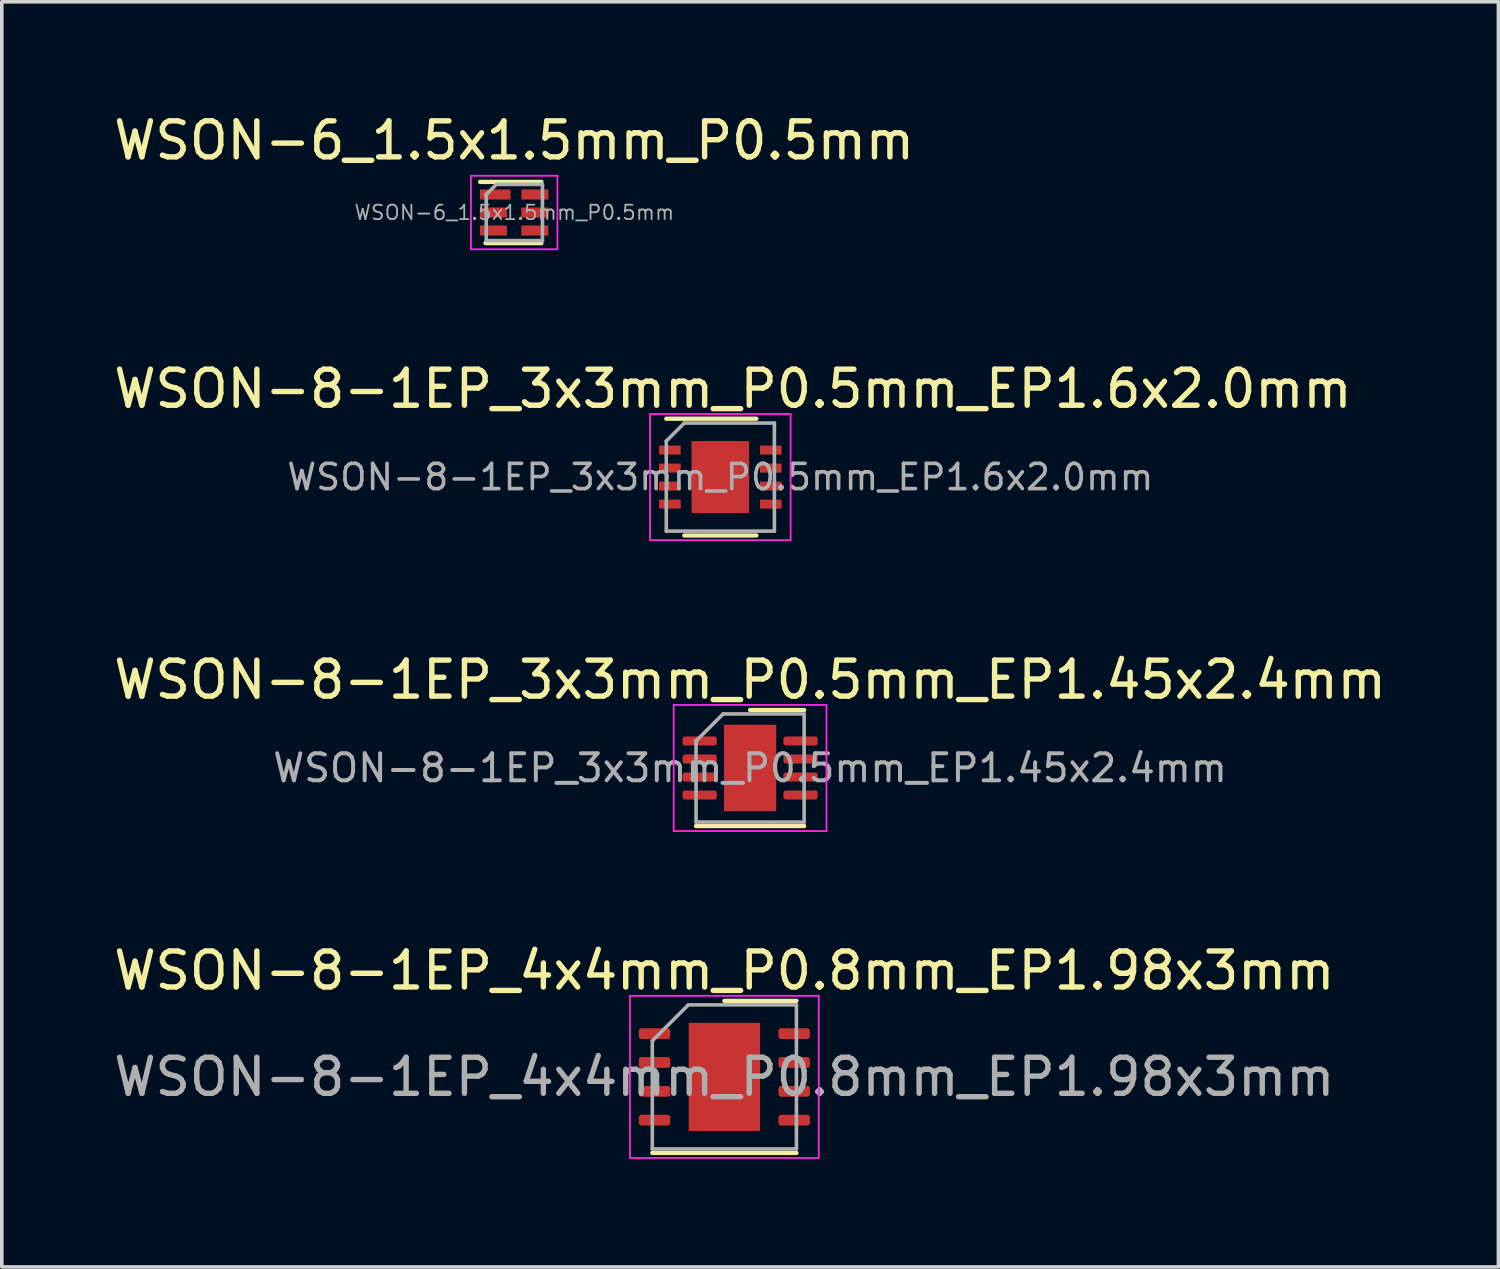
<source format=kicad_pcb>
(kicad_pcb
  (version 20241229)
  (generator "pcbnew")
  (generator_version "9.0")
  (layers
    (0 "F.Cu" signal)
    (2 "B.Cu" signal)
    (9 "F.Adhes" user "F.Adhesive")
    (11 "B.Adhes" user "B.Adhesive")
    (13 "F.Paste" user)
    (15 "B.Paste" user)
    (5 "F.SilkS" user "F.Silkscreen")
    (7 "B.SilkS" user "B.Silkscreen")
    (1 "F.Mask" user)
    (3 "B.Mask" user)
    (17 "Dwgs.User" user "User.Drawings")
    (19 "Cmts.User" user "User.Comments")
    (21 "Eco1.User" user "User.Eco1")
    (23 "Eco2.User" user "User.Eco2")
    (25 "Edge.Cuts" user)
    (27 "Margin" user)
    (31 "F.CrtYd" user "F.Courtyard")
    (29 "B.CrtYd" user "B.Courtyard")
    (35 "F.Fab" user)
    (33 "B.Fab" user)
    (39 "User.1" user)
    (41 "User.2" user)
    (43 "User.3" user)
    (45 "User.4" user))
  (footprint "WSON-8-1EP_4x4mm_P0.8mm_EP1.98x3mm"
    (layer "F.Cu")
    (at 17.054 26.838)
    (property "Reference" "WSON-8-1EP_4x4mm_P0.8mm_EP1.98x3mm" (at 0 -2.95 0) (layer "F.SilkS") (effects (font (size 1 1) (thickness 0.15))))
    (attr smd)
    (fp_line (start -2 2.11) (end 2 2.11) (stroke (width 0.12) (type solid)) (layer "F.SilkS"))
    (fp_line (start 0 -2.11) (end 2 -2.11) (stroke (width 0.12) (type solid)) (layer "F.SilkS"))
    (fp_line (start -2.62 -2.25) (end -2.62 2.25) (stroke (width 0.05) (type solid)) (layer "F.CrtYd"))
    (fp_line (start -2.62 2.25) (end 2.62 2.25) (stroke (width 0.05) (type solid)) (layer "F.CrtYd"))
    (fp_line (start 2.62 -2.25) (end -2.62 -2.25) (stroke (width 0.05) (type solid)) (layer "F.CrtYd"))
    (fp_line (start 2.62 2.25) (end 2.62 -2.25) (stroke (width 0.05) (type solid)) (layer "F.CrtYd"))
    (fp_line (start -2 -1) (end -1 -2) (stroke (width 0.1) (type solid)) (layer "F.Fab"))
    (fp_line (start -2 2) (end -2 -1) (stroke (width 0.1) (type solid)) (layer "F.Fab"))
    (fp_line (start -1 -2) (end 2 -2) (stroke (width 0.1) (type solid)) (layer "F.Fab"))
    (fp_line (start 2 -2) (end 2 2) (stroke (width 0.1) (type solid)) (layer "F.Fab"))
    (fp_line (start 2 2) (end -2 2) (stroke (width 0.1) (type solid)) (layer "F.Fab"))
    (fp_text user "${REFERENCE}" (at 0 0 0) (layer "F.Fab") (effects (font (size 1 1) (thickness 0.15))))
    (pad "" smd roundrect (at -0.495 -0.75) (size 0.8 1.21) (layers "F.Paste") (roundrect_rratio 0.25))
    (pad "" smd roundrect (at -0.495 0.75) (size 0.8 1.21) (layers "F.Paste") (roundrect_rratio 0.25))
    (pad "" smd roundrect (at 0.495 -0.75) (size 0.8 1.21) (layers "F.Paste") (roundrect_rratio 0.25))
    (pad "" smd roundrect (at 0.495 0.75) (size 0.8 1.21) (layers "F.Paste") (roundrect_rratio 0.25))
    (pad "1" smd roundrect (at -1.938 -1.2) (size 0.875 0.3) (layers "F.Cu" "F.Mask" "F.Paste") (roundrect_rratio 0.25))
    (pad "2" smd roundrect (at -1.938 -0.4) (size 0.875 0.3) (layers "F.Cu" "F.Mask" "F.Paste") (roundrect_rratio 0.25))
    (pad "3" smd roundrect (at -1.938 0.4) (size 0.875 0.3) (layers "F.Cu" "F.Mask" "F.Paste") (roundrect_rratio 0.25))
    (pad "4" smd roundrect (at -1.938 1.2) (size 0.875 0.3) (layers "F.Cu" "F.Mask" "F.Paste") (roundrect_rratio 0.25))
    (pad "5" smd roundrect (at 1.938 1.2) (size 0.875 0.3) (layers "F.Cu" "F.Mask" "F.Paste") (roundrect_rratio 0.25))
    (pad "6" smd roundrect (at 1.938 0.4) (size 0.875 0.3) (layers "F.Cu" "F.Mask" "F.Paste") (roundrect_rratio 0.25))
    (pad "7" smd roundrect (at 1.938 -0.4) (size 0.875 0.3) (layers "F.Cu" "F.Mask" "F.Paste") (roundrect_rratio 0.25))
    (pad "8" smd roundrect (at 1.938 -1.2) (size 0.875 0.3) (layers "F.Cu" "F.Mask" "F.Paste") (roundrect_rratio 0.25))
    (pad "9" smd rect (at 0 0) (size 1.98 3) (layers "F.Cu" "F.Mask")))
  (footprint "WSON-8-1EP_3x3mm_P0.5mm_EP1.6x2.0mm"
    (layer "F.Cu")
    (at 16.942 10.191)
    (property "Reference" "WSON-8-1EP_3x3mm_P0.5mm_EP1.6x2.0mm" (at 0.35 -2.45 0) (layer "F.SilkS") (effects (font (size 1 1) (thickness 0.15))))
    (attr smd)
    (fp_line (start -1.5 -1.62) (end 1 -1.62) (stroke (width 0.12) (type solid)) (layer "F.SilkS"))
    (fp_line (start 1 1.62) (end -1 1.62) (stroke (width 0.12) (type solid)) (layer "F.SilkS"))
    (fp_line (start -1.95 -1.75) (end -1.95 1.75) (stroke (width 0.05) (type solid)) (layer "F.CrtYd"))
    (fp_line (start -1.95 -1.75) (end 1.95 -1.75) (stroke (width 0.05) (type solid)) (layer "F.CrtYd"))
    (fp_line (start -1.95 1.75) (end 1.95 1.75) (stroke (width 0.05) (type solid)) (layer "F.CrtYd"))
    (fp_line (start 1.95 -1.75) (end 1.95 1.75) (stroke (width 0.05) (type solid)) (layer "F.CrtYd"))
    (fp_line (start -1.5 1.5) (end -1.5 -1) (stroke (width 0.1) (type solid)) (layer "F.Fab"))
    (fp_line (start -1 -1.5) (end -1.5 -1) (stroke (width 0.1) (type solid)) (layer "F.Fab"))
    (fp_line (start -1 -1.5) (end 1.5 -1.5) (stroke (width 0.1) (type solid)) (layer "F.Fab"))
    (fp_line (start 1.5 -1.5) (end 1.5 1.5) (stroke (width 0.1) (type solid)) (layer "F.Fab"))
    (fp_line (start 1.5 1.5) (end -1.5 1.5) (stroke (width 0.1) (type solid)) (layer "F.Fab"))
    (fp_text user "${REFERENCE}" (at 0 0 0) (layer "F.Fab") (effects (font (size 0.7 0.7) (thickness 0.1))))
    (pad "" smd rect (at -0.45 -0.55) (size 0.6 0.8) (layers "F.Paste"))
    (pad "" smd rect (at -0.45 0.55) (size 0.6 0.8) (layers "F.Paste"))
    (pad "" smd rect (at 0.45 -0.55) (size 0.6 0.8) (layers "F.Paste"))
    (pad "" smd rect (at 0.45 0.55) (size 0.6 0.8) (layers "F.Paste"))
    (pad "1" smd rect (at -1.4 -0.75) (size 0.6 0.25) (layers "F.Cu" "F.Mask" "F.Paste"))
    (pad "2" smd rect (at -1.4 -0.25) (size 0.6 0.25) (layers "F.Cu" "F.Mask" "F.Paste"))
    (pad "3" smd rect (at -1.4 0.25) (size 0.6 0.25) (layers "F.Cu" "F.Mask" "F.Paste"))
    (pad "4" smd rect (at -1.4 0.75) (size 0.6 0.25) (layers "F.Cu" "F.Mask" "F.Paste"))
    (pad "5" smd rect (at 1.4 0.75) (size 0.6 0.25) (layers "F.Cu" "F.Mask" "F.Paste"))
    (pad "6" smd rect (at 1.4 0.25) (size 0.6 0.25) (layers "F.Cu" "F.Mask" "F.Paste"))
    (pad "7" smd rect (at 1.4 -0.25) (size 0.6 0.25) (layers "F.Cu" "F.Mask" "F.Paste"))
    (pad "8" smd rect (at 1.4 -0.75) (size 0.6 0.25) (layers "F.Cu" "F.Mask" "F.Paste"))
    (pad "9" smd rect (at 0 0) (size 1.6 2) (layers "F.Cu" "F.Mask")))
  (footprint "WSON-8-1EP_3x3mm_P0.5mm_EP1.45x2.4mm"
    (layer "F.Cu")
    (at 17.768 18.265)
    (property "Reference" "WSON-8-1EP_3x3mm_P0.5mm_EP1.45x2.4mm" (at 0 -2.45 0) (layer "F.SilkS") (effects (font (size 1 1) (thickness 0.15))))
    (attr smd)
    (fp_line (start -1.5 1.61) (end 1.5 1.61) (stroke (width 0.12) (type solid)) (layer "F.SilkS"))
    (fp_line (start 0 -1.61) (end 1.5 -1.61) (stroke (width 0.12) (type solid)) (layer "F.SilkS"))
    (fp_line (start -2.12 -1.75) (end -2.12 1.75) (stroke (width 0.05) (type solid)) (layer "F.CrtYd"))
    (fp_line (start -2.12 1.75) (end 2.12 1.75) (stroke (width 0.05) (type solid)) (layer "F.CrtYd"))
    (fp_line (start 2.12 -1.75) (end -2.12 -1.75) (stroke (width 0.05) (type solid)) (layer "F.CrtYd"))
    (fp_line (start 2.12 1.75) (end 2.12 -1.75) (stroke (width 0.05) (type solid)) (layer "F.CrtYd"))
    (fp_line (start -1.5 -0.75) (end -0.75 -1.5) (stroke (width 0.1) (type solid)) (layer "F.Fab"))
    (fp_line (start -1.5 1.5) (end -1.5 -0.75) (stroke (width 0.1) (type solid)) (layer "F.Fab"))
    (fp_line (start -0.75 -1.5) (end 1.5 -1.5) (stroke (width 0.1) (type solid)) (layer "F.Fab"))
    (fp_line (start 1.5 -1.5) (end 1.5 1.5) (stroke (width 0.1) (type solid)) (layer "F.Fab"))
    (fp_line (start 1.5 1.5) (end -1.5 1.5) (stroke (width 0.1) (type solid)) (layer "F.Fab"))
    (fp_text user "${REFERENCE}" (at 0 0 0) (layer "F.Fab") (effects (font (size 0.75 0.75) (thickness 0.11))))
    (pad "" smd roundrect (at 0 -0.6) (size 1.17 0.97) (layers "F.Paste") (roundrect_rratio 0.25))
    (pad "" smd roundrect (at 0 0.6) (size 1.17 0.97) (layers "F.Paste") (roundrect_rratio 0.25))
    (pad "1" smd roundrect (at -1.4 -0.75) (size 0.95 0.25) (layers "F.Cu" "F.Mask" "F.Paste") (roundrect_rratio 0.25))
    (pad "2" smd roundrect (at -1.4 -0.25) (size 0.95 0.25) (layers "F.Cu" "F.Mask" "F.Paste") (roundrect_rratio 0.25))
    (pad "3" smd roundrect (at -1.4 0.25) (size 0.95 0.25) (layers "F.Cu" "F.Mask" "F.Paste") (roundrect_rratio 0.25))
    (pad "4" smd roundrect (at -1.4 0.75) (size 0.95 0.25) (layers "F.Cu" "F.Mask" "F.Paste") (roundrect_rratio 0.25))
    (pad "5" smd roundrect (at 1.4 0.75) (size 0.95 0.25) (layers "F.Cu" "F.Mask" "F.Paste") (roundrect_rratio 0.25))
    (pad "6" smd roundrect (at 1.4 0.25) (size 0.95 0.25) (layers "F.Cu" "F.Mask" "F.Paste") (roundrect_rratio 0.25))
    (pad "7" smd roundrect (at 1.4 -0.25) (size 0.95 0.25) (layers "F.Cu" "F.Mask" "F.Paste") (roundrect_rratio 0.25))
    (pad "8" smd roundrect (at 1.4 -0.75) (size 0.95 0.25) (layers "F.Cu" "F.Mask" "F.Paste") (roundrect_rratio 0.25))
    (pad "9" smd rect (at 0 0) (size 1.45 2.4) (layers "F.Cu" "F.Mask")))
  (footprint "WSON-6_1.5x1.5mm_P0.5mm"
    (layer "F.Cu")
    (at 11.22 2.848)
    (property "Reference" "WSON-6_1.5x1.5mm_P0.5mm" (at 0 -2 0) (layer "F.SilkS") (effects (font (size 1 1) (thickness 0.15))))
    (attr smd)
    (fp_line (start -0.945 -0.85) (end 0.755 -0.85) (stroke (width 0.12) (type solid)) (layer "F.SilkS"))
    (fp_line (start -0.795 0.85) (end 0.755 0.85) (stroke (width 0.12) (type solid)) (layer "F.SilkS"))
    (fp_line (start -1.2 1.02) (end -1.2 -1.02) (stroke (width 0.05) (type solid)) (layer "F.CrtYd"))
    (fp_line (start -1.2 1.02) (end 1.2 1.02) (stroke (width 0.05) (type solid)) (layer "F.CrtYd"))
    (fp_line (start 1.2 -1.02) (end -1.2 -1.02) (stroke (width 0.05) (type solid)) (layer "F.CrtYd"))
    (fp_line (start 1.2 -1.02) (end 1.2 1.02) (stroke (width 0.05) (type solid)) (layer "F.CrtYd"))
    (fp_line (start -0.775 -0.5) (end -0.775 0.78) (stroke (width 0.1) (type solid)) (layer "F.Fab"))
    (fp_line (start -0.775 0.78) (end 0.785 0.78) (stroke (width 0.1) (type solid)) (layer "F.Fab"))
    (fp_line (start -0.495 -0.78) (end -0.775 -0.5) (stroke (width 0.1) (type solid)) (layer "F.Fab"))
    (fp_line (start 0.785 -0.78) (end -0.495 -0.78) (stroke (width 0.1) (type solid)) (layer "F.Fab"))
    (fp_line (start 0.785 -0.78) (end 0.785 0.78) (stroke (width 0.1) (type solid)) (layer "F.Fab"))
    (fp_text user "${REFERENCE}" (at 0.005 0 0) (layer "F.Fab") (effects (font (size 0.4 0.4) (thickness 0.05))))
    (pad "1" smd rect (at -0.525 -0.5 270) (size 0.28 0.85) (layers "F.Cu" "F.Mask" "F.Paste"))
    (pad "2" smd rect (at -0.575 0 270) (size 0.28 0.75) (layers "F.Cu" "F.Mask" "F.Paste"))
    (pad "3" smd rect (at -0.575 0.5 270) (size 0.28 0.75) (layers "F.Cu" "F.Mask" "F.Paste"))
    (pad "4" smd rect (at 0.575 0.5 270) (size 0.28 0.75) (layers "F.Cu" "F.Mask" "F.Paste"))
    (pad "5" smd rect (at 0.575 0 270) (size 0.28 0.75) (layers "F.Cu" "F.Mask" "F.Paste"))
    (pad "6" smd rect (at 0.575 -0.5 270) (size 0.28 0.75) (layers "F.Cu" "F.Mask" "F.Paste")))
  (gr_rect
    (start -3 -3)
    (end 38.536 32.113)
    (stroke (width 0.1) (type default))
    (fill no)
    (layer "Edge.Cuts")))
</source>
